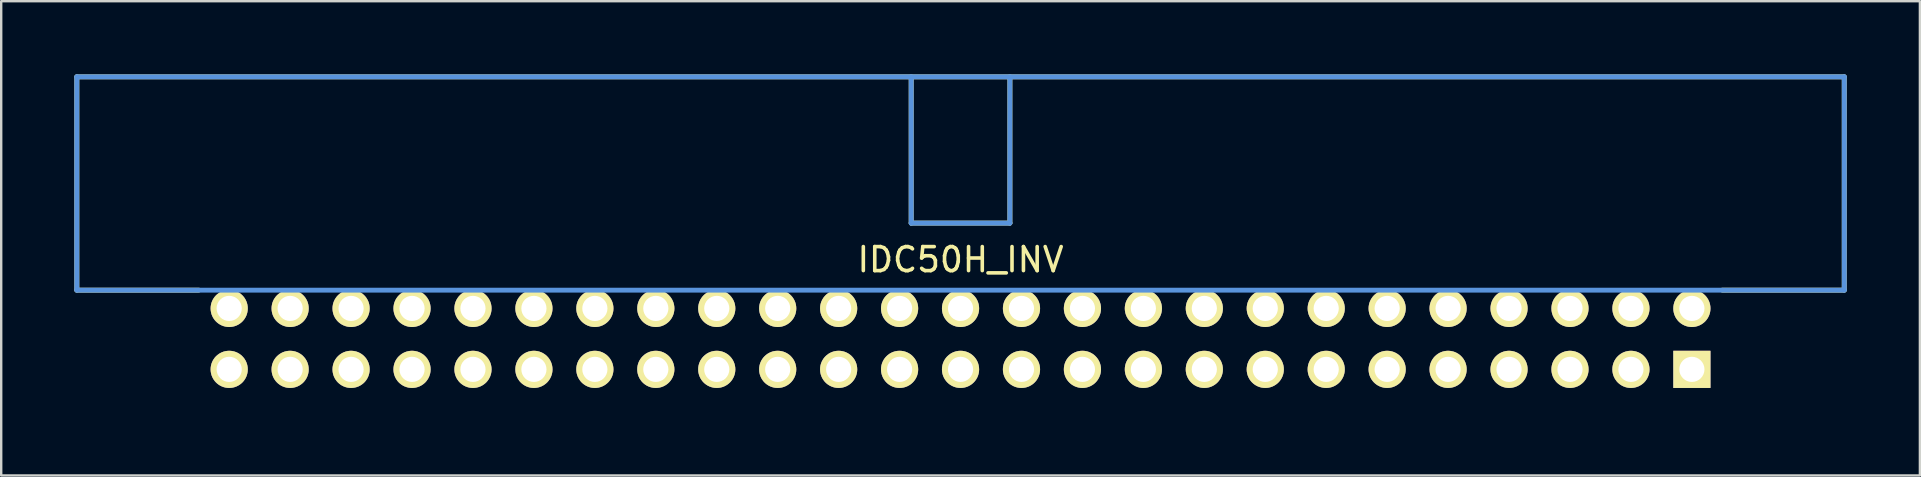
<source format=kicad_pcb>
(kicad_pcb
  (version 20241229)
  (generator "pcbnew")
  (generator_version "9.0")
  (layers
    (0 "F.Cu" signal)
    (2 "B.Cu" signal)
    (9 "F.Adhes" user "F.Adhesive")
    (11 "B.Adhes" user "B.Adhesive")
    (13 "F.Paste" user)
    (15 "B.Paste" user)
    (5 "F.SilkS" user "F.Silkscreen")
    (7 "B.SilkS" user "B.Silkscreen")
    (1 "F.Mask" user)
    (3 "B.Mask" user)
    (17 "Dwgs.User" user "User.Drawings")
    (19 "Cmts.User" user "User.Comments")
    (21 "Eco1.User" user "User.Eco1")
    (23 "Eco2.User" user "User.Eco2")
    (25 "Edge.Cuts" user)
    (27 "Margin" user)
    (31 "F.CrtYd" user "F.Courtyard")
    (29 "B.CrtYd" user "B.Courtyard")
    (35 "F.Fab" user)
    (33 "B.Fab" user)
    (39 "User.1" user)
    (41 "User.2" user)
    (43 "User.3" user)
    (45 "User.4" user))
  (footprint "IDC50H_INV"
    (layer "F.Cu")
    (at 6.502 12.344)
    (property "Reference" "IDC50H_INV" (at 30.48 -4.572 0) (layer "F.SilkS") (effects (font (size 1.001 1.001) (thickness 0.15))))
    (attr through_hole)
    (fp_line (start -6.35 -12.192) (end 67.31 -12.192) (stroke (width 0.203) (type solid)) (layer "F.SilkS"))
    (fp_line (start -6.35 -3.302) (end -6.35 -12.192) (stroke (width 0.203) (type solid)) (layer "F.SilkS"))
    (fp_line (start -6.35 -3.302) (end -1.27 -3.302) (stroke (width 0.203) (type solid)) (layer "F.SilkS"))
    (fp_line (start 28.423 -12.192) (end 28.423 -6.096) (stroke (width 0.203) (type solid)) (layer "F.SilkS"))
    (fp_line (start 28.423 -6.096) (end 32.537 -6.096) (stroke (width 0.203) (type solid)) (layer "F.SilkS"))
    (fp_line (start 32.537 -12.192) (end 32.537 -6.096) (stroke (width 0.203) (type solid)) (layer "F.SilkS"))
    (fp_line (start 67.31 -12.192) (end 67.31 -3.302) (stroke (width 0.203) (type solid)) (layer "F.SilkS"))
    (fp_line (start 67.31 -3.302) (end 62.23 -3.302) (stroke (width 0.203) (type solid)) (layer "F.SilkS"))
    (fp_line (start -6.35 -12.192) (end -6.35 -3.302) (stroke (width 0.203) (type solid)) (layer "Cmts.User"))
    (fp_line (start -6.35 -3.302) (end 67.31 -3.302) (stroke (width 0.203) (type solid)) (layer "Cmts.User"))
    (fp_line (start 28.423 -12.192) (end 28.423 -6.096) (stroke (width 0.203) (type solid)) (layer "Cmts.User"))
    (fp_line (start 28.423 -6.096) (end 32.537 -6.096) (stroke (width 0.203) (type solid)) (layer "Cmts.User"))
    (fp_line (start 32.537 -12.192) (end 32.537 -6.096) (stroke (width 0.203) (type solid)) (layer "Cmts.User"))
    (fp_line (start 67.31 -12.192) (end -6.35 -12.192) (stroke (width 0.203) (type solid)) (layer "Cmts.User"))
    (fp_line (start 67.31 -3.302) (end 67.31 -12.192) (stroke (width 0.203) (type solid)) (layer "Cmts.User"))
    (fp_line (start -6.452 -12.294) (end -6.452 -3.2) (stroke (width 0.102) (type solid)) (layer "Eco1.User"))
    (fp_line (start -6.452 -3.2) (end -1.372 -3.2) (stroke (width 0.102) (type solid)) (layer "Eco1.User"))
    (fp_line (start -1.372 -3.2) (end -1.372 1.372) (stroke (width 0.102) (type solid)) (layer "Eco1.User"))
    (fp_line (start -1.372 1.372) (end 62.332 1.372) (stroke (width 0.102) (type solid)) (layer "Eco1.User"))
    (fp_line (start 62.332 -3.2) (end 67.412 -3.2) (stroke (width 0.102) (type solid)) (layer "Eco1.User"))
    (fp_line (start 62.332 1.372) (end 62.332 -3.2) (stroke (width 0.102) (type solid)) (layer "Eco1.User"))
    (fp_line (start 67.412 -12.294) (end -6.452 -12.294) (stroke (width 0.102) (type solid)) (layer "Eco1.User"))
    (fp_line (start 67.412 -3.2) (end 67.412 -12.294) (stroke (width 0.102) (type solid)) (layer "Eco1.User"))
    (pad "1" thru_hole rect (at 60.96 0) (size 1.549 1.549) (drill 1.049) (layers "*.Cu" "*.Mask" "F.SilkS"))
    (pad "2" thru_hole circle (at 60.96 -2.54) (size 1.549 1.549) (drill 1.049) (layers "*.Cu" "*.Mask" "F.SilkS"))
    (pad "3" thru_hole circle (at 58.42 0) (size 1.549 1.549) (drill 1.049) (layers "*.Cu" "*.Mask" "F.SilkS"))
    (pad "4" thru_hole circle (at 58.42 -2.54) (size 1.549 1.549) (drill 1.049) (layers "*.Cu" "*.Mask" "F.SilkS"))
    (pad "5" thru_hole circle (at 55.88 0) (size 1.549 1.549) (drill 1.049) (layers "*.Cu" "*.Mask" "F.SilkS"))
    (pad "6" thru_hole circle (at 55.88 -2.54) (size 1.549 1.549) (drill 1.049) (layers "*.Cu" "*.Mask" "F.SilkS"))
    (pad "7" thru_hole circle (at 53.34 0) (size 1.549 1.549) (drill 1.049) (layers "*.Cu" "*.Mask" "F.SilkS"))
    (pad "8" thru_hole circle (at 53.34 -2.54) (size 1.549 1.549) (drill 1.049) (layers "*.Cu" "*.Mask" "F.SilkS"))
    (pad "9" thru_hole circle (at 50.8 0) (size 1.549 1.549) (drill 1.049) (layers "*.Cu" "*.Mask" "F.SilkS"))
    (pad "10" thru_hole circle (at 50.8 -2.54) (size 1.549 1.549) (drill 1.049) (layers "*.Cu" "*.Mask" "F.SilkS"))
    (pad "11" thru_hole circle (at 48.26 0) (size 1.549 1.549) (drill 1.049) (layers "*.Cu" "*.Mask" "F.SilkS"))
    (pad "12" thru_hole circle (at 48.26 -2.54) (size 1.549 1.549) (drill 1.049) (layers "*.Cu" "*.Mask" "F.SilkS"))
    (pad "13" thru_hole circle (at 45.72 0) (size 1.549 1.549) (drill 1.049) (layers "*.Cu" "*.Mask" "F.SilkS"))
    (pad "14" thru_hole circle (at 45.72 -2.54) (size 1.549 1.549) (drill 1.049) (layers "*.Cu" "*.Mask" "F.SilkS"))
    (pad "15" thru_hole circle (at 43.18 0) (size 1.549 1.549) (drill 1.049) (layers "*.Cu" "*.Mask" "F.SilkS"))
    (pad "16" thru_hole circle (at 43.18 -2.54) (size 1.549 1.549) (drill 1.049) (layers "*.Cu" "*.Mask" "F.SilkS"))
    (pad "17" thru_hole circle (at 40.64 0) (size 1.549 1.549) (drill 1.049) (layers "*.Cu" "*.Mask" "F.SilkS"))
    (pad "18" thru_hole circle (at 40.64 -2.54) (size 1.549 1.549) (drill 1.049) (layers "*.Cu" "*.Mask" "F.SilkS"))
    (pad "19" thru_hole circle (at 38.1 0) (size 1.549 1.549) (drill 1.049) (layers "*.Cu" "*.Mask" "F.SilkS"))
    (pad "20" thru_hole circle (at 38.1 -2.54) (size 1.549 1.549) (drill 1.049) (layers "*.Cu" "*.Mask" "F.SilkS"))
    (pad "21" thru_hole circle (at 35.56 0) (size 1.549 1.549) (drill 1.049) (layers "*.Cu" "*.Mask" "F.SilkS"))
    (pad "22" thru_hole circle (at 35.56 -2.54) (size 1.549 1.549) (drill 1.049) (layers "*.Cu" "*.Mask" "F.SilkS"))
    (pad "23" thru_hole circle (at 33.02 0) (size 1.549 1.549) (drill 1.049) (layers "*.Cu" "*.Mask" "F.SilkS"))
    (pad "24" thru_hole circle (at 33.02 -2.54) (size 1.549 1.549) (drill 1.049) (layers "*.Cu" "*.Mask" "F.SilkS"))
    (pad "25" thru_hole circle (at 30.48 0) (size 1.549 1.549) (drill 1.049) (layers "*.Cu" "*.Mask" "F.SilkS"))
    (pad "26" thru_hole circle (at 30.48 -2.54) (size 1.549 1.549) (drill 1.049) (layers "*.Cu" "*.Mask" "F.SilkS"))
    (pad "27" thru_hole circle (at 27.94 0) (size 1.549 1.549) (drill 1.049) (layers "*.Cu" "*.Mask" "F.SilkS"))
    (pad "28" thru_hole circle (at 27.94 -2.54) (size 1.549 1.549) (drill 1.049) (layers "*.Cu" "*.Mask" "F.SilkS"))
    (pad "29" thru_hole circle (at 25.4 0) (size 1.549 1.549) (drill 1.049) (layers "*.Cu" "*.Mask" "F.SilkS"))
    (pad "30" thru_hole circle (at 25.4 -2.54) (size 1.549 1.549) (drill 1.049) (layers "*.Cu" "*.Mask" "F.SilkS"))
    (pad "31" thru_hole circle (at 22.86 0) (size 1.549 1.549) (drill 1.049) (layers "*.Cu" "*.Mask" "F.SilkS"))
    (pad "32" thru_hole circle (at 22.86 -2.54) (size 1.549 1.549) (drill 1.049) (layers "*.Cu" "*.Mask" "F.SilkS"))
    (pad "33" thru_hole circle (at 20.32 0) (size 1.549 1.549) (drill 1.049) (layers "*.Cu" "*.Mask" "F.SilkS"))
    (pad "34" thru_hole circle (at 20.32 -2.54) (size 1.549 1.549) (drill 1.049) (layers "*.Cu" "*.Mask" "F.SilkS"))
    (pad "35" thru_hole circle (at 17.78 0) (size 1.549 1.549) (drill 1.049) (layers "*.Cu" "*.Mask" "F.SilkS"))
    (pad "36" thru_hole circle (at 17.78 -2.54) (size 1.549 1.549) (drill 1.049) (layers "*.Cu" "*.Mask" "F.SilkS"))
    (pad "37" thru_hole circle (at 15.24 0) (size 1.549 1.549) (drill 1.049) (layers "*.Cu" "*.Mask" "F.SilkS"))
    (pad "38" thru_hole circle (at 15.24 -2.54) (size 1.549 1.549) (drill 1.049) (layers "*.Cu" "*.Mask" "F.SilkS"))
    (pad "39" thru_hole circle (at 12.7 0) (size 1.549 1.549) (drill 1.049) (layers "*.Cu" "*.Mask" "F.SilkS"))
    (pad "40" thru_hole circle (at 12.7 -2.54) (size 1.549 1.549) (drill 1.049) (layers "*.Cu" "*.Mask" "F.SilkS"))
    (pad "41" thru_hole circle (at 10.16 0) (size 1.549 1.549) (drill 1.049) (layers "*.Cu" "*.Mask" "F.SilkS"))
    (pad "42" thru_hole circle (at 10.16 -2.54) (size 1.549 1.549) (drill 1.049) (layers "*.Cu" "*.Mask" "F.SilkS"))
    (pad "43" thru_hole circle (at 7.62 0) (size 1.549 1.549) (drill 1.049) (layers "*.Cu" "*.Mask" "F.SilkS"))
    (pad "44" thru_hole circle (at 7.62 -2.54) (size 1.549 1.549) (drill 1.049) (layers "*.Cu" "*.Mask" "F.SilkS"))
    (pad "45" thru_hole circle (at 5.08 0) (size 1.549 1.549) (drill 1.049) (layers "*.Cu" "*.Mask" "F.SilkS"))
    (pad "46" thru_hole circle (at 5.08 -2.54) (size 1.549 1.549) (drill 1.049) (layers "*.Cu" "*.Mask" "F.SilkS"))
    (pad "47" thru_hole circle (at 2.54 0) (size 1.549 1.549) (drill 1.049) (layers "*.Cu" "*.Mask" "F.SilkS"))
    (pad "48" thru_hole circle (at 2.54 -2.54) (size 1.549 1.549) (drill 1.049) (layers "*.Cu" "*.Mask" "F.SilkS"))
    (pad "49" thru_hole circle (at 0 0) (size 1.549 1.549) (drill 1.049) (layers "*.Cu" "*.Mask" "F.SilkS"))
    (pad "50" thru_hole circle (at 0 -2.54) (size 1.549 1.549) (drill 1.049) (layers "*.Cu" "*.Mask" "F.SilkS")))
  (gr_rect
    (start -3 -3)
    (end 76.965 16.767)
    (stroke (width 0.1) (type default))
    (fill no)
    (layer "Edge.Cuts")))
</source>
